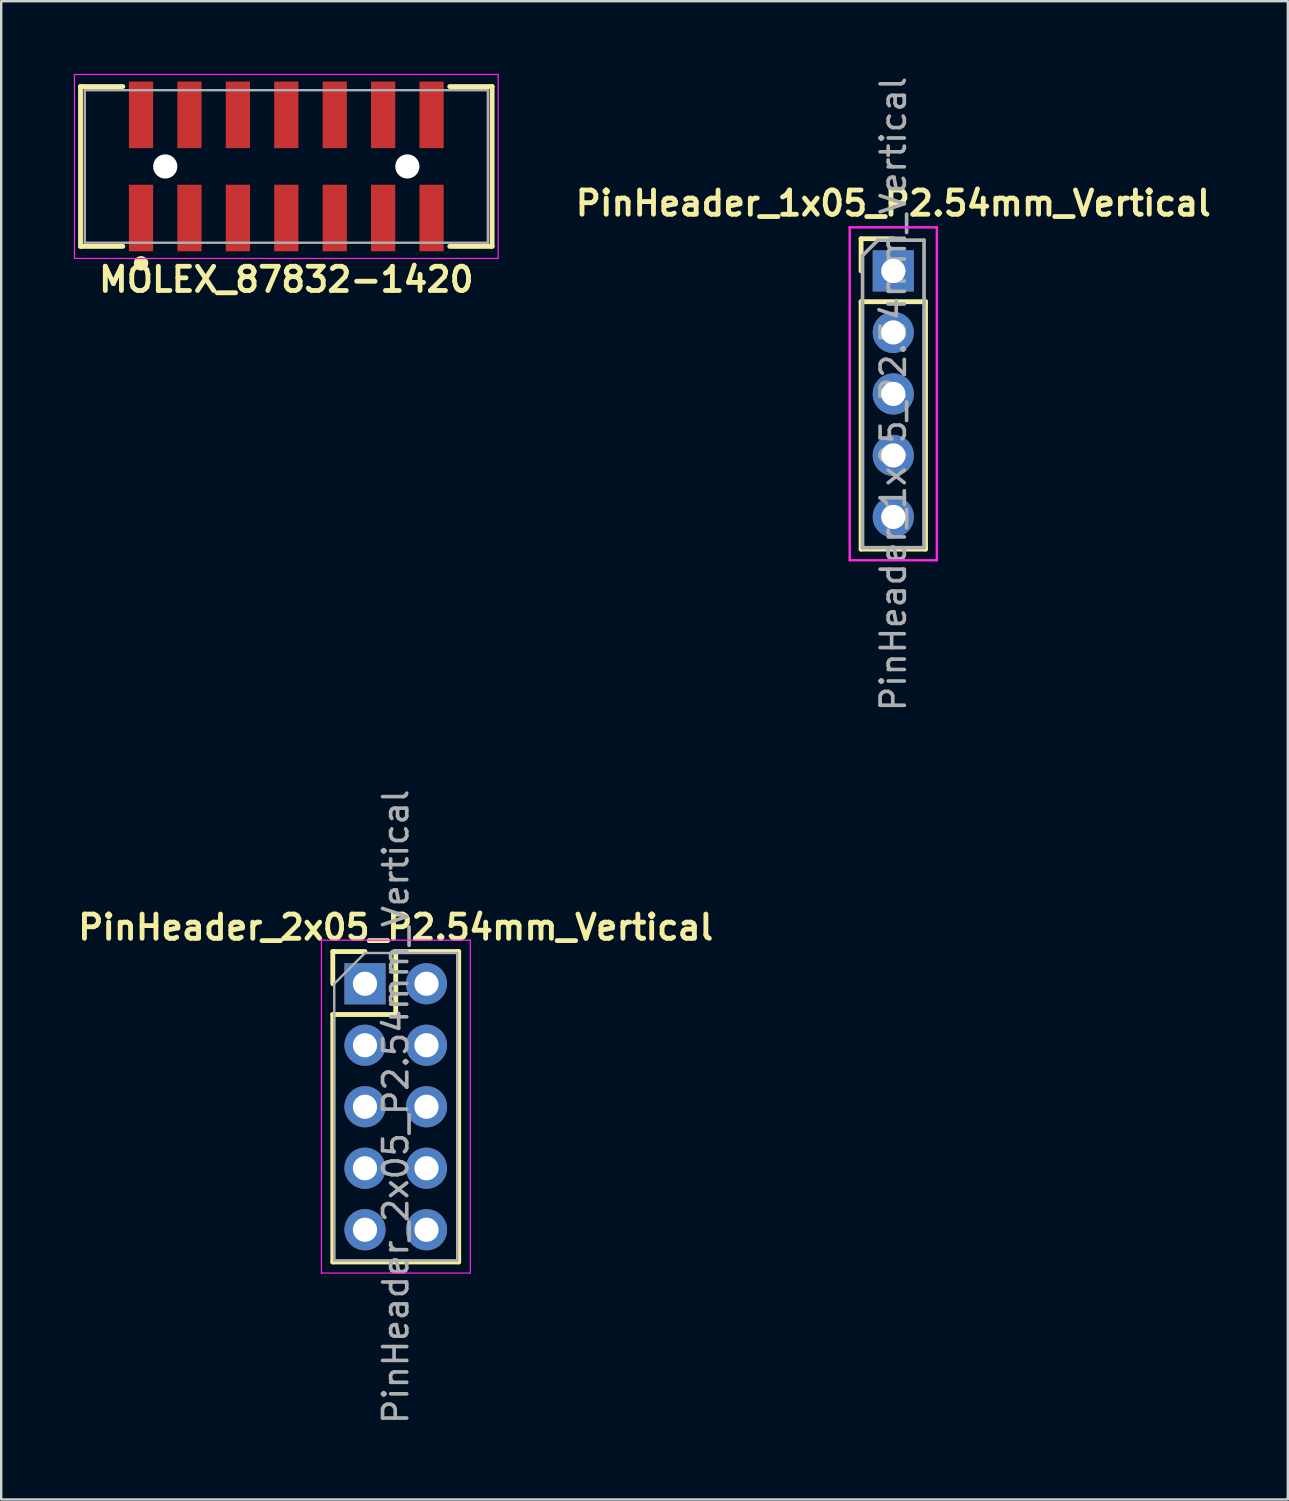
<source format=kicad_pcb>
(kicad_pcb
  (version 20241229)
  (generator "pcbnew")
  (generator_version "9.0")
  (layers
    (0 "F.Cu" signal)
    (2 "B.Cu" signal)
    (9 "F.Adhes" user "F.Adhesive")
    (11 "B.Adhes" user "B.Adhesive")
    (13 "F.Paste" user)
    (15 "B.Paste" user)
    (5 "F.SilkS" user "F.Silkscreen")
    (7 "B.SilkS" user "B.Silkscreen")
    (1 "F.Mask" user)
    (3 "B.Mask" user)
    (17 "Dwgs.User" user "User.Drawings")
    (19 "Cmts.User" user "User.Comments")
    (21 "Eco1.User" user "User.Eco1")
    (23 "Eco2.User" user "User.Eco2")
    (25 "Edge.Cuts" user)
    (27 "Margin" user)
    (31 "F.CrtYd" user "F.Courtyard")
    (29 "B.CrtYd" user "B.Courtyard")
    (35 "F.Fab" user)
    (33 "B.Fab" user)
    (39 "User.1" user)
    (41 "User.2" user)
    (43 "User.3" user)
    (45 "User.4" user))
  (footprint "MOLEX_87832-1420"
    (layer "F.Cu")
    (at 2.775 5.955)
    (property "Reference" "MOLEX_87832-1420" (at 6 2.54 0) (layer "F.SilkS") (effects (font (size 1 1) (thickness 0.2))))
    (attr through_hole)
    (fp_line (start -2.5 -5.43) (end -2.5 1.17) (stroke (width 0.2) (type solid)) (layer "F.SilkS"))
    (fp_line (start -2.5 1.17) (end -0.75 1.17) (stroke (width 0.2) (type solid)) (layer "F.SilkS"))
    (fp_line (start -0.75 -5.43) (end -2.5 -5.43) (stroke (width 0.2) (type solid)) (layer "F.SilkS"))
    (fp_line (start 12.75 -5.43) (end 14.5 -5.43) (stroke (width 0.2) (type solid)) (layer "F.SilkS"))
    (fp_line (start 14.5 -5.43) (end 14.5 1.17) (stroke (width 0.2) (type solid)) (layer "F.SilkS"))
    (fp_line (start 14.5 1.17) (end 12.75 1.17) (stroke (width 0.2) (type solid)) (layer "F.SilkS"))
    (fp_circle (center 0 1.87) (end 0.15 1.87) (stroke (width 0.3) (type solid)) (fill no) (layer "F.SilkS"))
    (fp_line (start -2.75 -5.93) (end 14.75 -5.93) (stroke (width 0.05) (type solid)) (layer "F.CrtYd"))
    (fp_line (start -2.75 1.67) (end -2.75 -5.93) (stroke (width 0.05) (type solid)) (layer "F.CrtYd"))
    (fp_line (start 14.75 -5.93) (end 14.75 1.67) (stroke (width 0.05) (type solid)) (layer "F.CrtYd"))
    (fp_line (start 14.75 1.67) (end -2.75 1.67) (stroke (width 0.05) (type solid)) (layer "F.CrtYd"))
    (fp_line (start -2.325 -5.28) (end 14.325 -5.28) (stroke (width 0.1) (type solid)) (layer "F.Fab"))
    (fp_line (start -2.325 1.02) (end -2.325 -5.28) (stroke (width 0.1) (type solid)) (layer "F.Fab"))
    (fp_line (start 14.325 -5.28) (end 14.325 1.02) (stroke (width 0.1) (type solid)) (layer "F.Fab"))
    (fp_line (start 14.325 1.02) (end -2.325 1.02) (stroke (width 0.1) (type solid)) (layer "F.Fab"))
    (pad "" np_thru_hole circle (at 1 -2.13) (size 1 1) (drill 1) (layers "*.Cu" "*.Mask"))
    (pad "" np_thru_hole circle (at 11 -2.13) (size 1 1) (drill 1) (layers "*.Cu" "*.Mask"))
    (pad "1" smd rect (at 0 0) (size 1 2.75) (layers "F.Cu" "F.Mask" "F.Paste"))
    (pad "2" smd rect (at 0 -4.26) (size 1 2.75) (layers "F.Cu" "F.Mask" "F.Paste"))
    (pad "3" smd rect (at 2 0) (size 1 2.75) (layers "F.Cu" "F.Mask" "F.Paste"))
    (pad "4" smd rect (at 2 -4.26) (size 1 2.75) (layers "F.Cu" "F.Mask" "F.Paste"))
    (pad "5" smd rect (at 4 0) (size 1 2.75) (layers "F.Cu" "F.Mask" "F.Paste"))
    (pad "6" smd rect (at 4 -4.26) (size 1 2.75) (layers "F.Cu" "F.Mask" "F.Paste"))
    (pad "7" smd rect (at 6 0) (size 1 2.75) (layers "F.Cu" "F.Mask" "F.Paste"))
    (pad "8" smd rect (at 6 -4.26) (size 1 2.75) (layers "F.Cu" "F.Mask" "F.Paste"))
    (pad "9" smd rect (at 8 0) (size 1 2.75) (layers "F.Cu" "F.Mask" "F.Paste"))
    (pad "10" smd rect (at 8 -4.26) (size 1 2.75) (layers "F.Cu" "F.Mask" "F.Paste"))
    (pad "11" smd rect (at 10 0) (size 1 2.75) (layers "F.Cu" "F.Mask" "F.Paste"))
    (pad "12" smd rect (at 10 -4.26) (size 1 2.75) (layers "F.Cu" "F.Mask" "F.Paste"))
    (pad "13" smd rect (at 12 0) (size 1 2.75) (layers "F.Cu" "F.Mask" "F.Paste"))
    (pad "14" smd rect (at 12 -4.26) (size 1 2.75) (layers "F.Cu" "F.Mask" "F.Paste")))
  (footprint "PinHeader_2x05_P2.54mm_Vertical"
    (layer "F.Cu")
    (at 12.025 37.581)
    (property "Reference" "PinHeader_2x05_P2.54mm_Vertical" (at 1.27 -2.33 0) (layer "F.SilkS") (effects (font (size 1 1) (thickness 0.2))))
    (attr through_hole)
    (fp_line (start -1.33 -1.33) (end 0 -1.33) (stroke (width 0.2) (type solid)) (layer "F.SilkS"))
    (fp_line (start -1.33 0) (end -1.33 -1.33) (stroke (width 0.2) (type solid)) (layer "F.SilkS"))
    (fp_line (start -1.33 1.27) (end -1.33 11.49) (stroke (width 0.2) (type solid)) (layer "F.SilkS"))
    (fp_line (start -1.33 1.27) (end 1.27 1.27) (stroke (width 0.2) (type solid)) (layer "F.SilkS"))
    (fp_line (start -1.33 11.49) (end 3.87 11.49) (stroke (width 0.2) (type solid)) (layer "F.SilkS"))
    (fp_line (start 1.27 -1.33) (end 3.87 -1.33) (stroke (width 0.2) (type solid)) (layer "F.SilkS"))
    (fp_line (start 1.27 1.27) (end 1.27 -1.33) (stroke (width 0.2) (type solid)) (layer "F.SilkS"))
    (fp_line (start 3.87 -1.33) (end 3.87 11.49) (stroke (width 0.2) (type solid)) (layer "F.SilkS"))
    (fp_line (start -1.8 -1.8) (end -1.8 11.95) (stroke (width 0.05) (type solid)) (layer "F.CrtYd"))
    (fp_line (start -1.8 11.95) (end 4.35 11.95) (stroke (width 0.05) (type solid)) (layer "F.CrtYd"))
    (fp_line (start 4.35 -1.8) (end -1.8 -1.8) (stroke (width 0.05) (type solid)) (layer "F.CrtYd"))
    (fp_line (start 4.35 11.95) (end 4.35 -1.8) (stroke (width 0.05) (type solid)) (layer "F.CrtYd"))
    (fp_line (start -1.27 0) (end 0 -1.27) (stroke (width 0.1) (type solid)) (layer "F.Fab"))
    (fp_line (start -1.27 11.43) (end -1.27 0) (stroke (width 0.1) (type solid)) (layer "F.Fab"))
    (fp_line (start 0 -1.27) (end 3.81 -1.27) (stroke (width 0.1) (type solid)) (layer "F.Fab"))
    (fp_line (start 3.81 -1.27) (end 3.81 11.43) (stroke (width 0.1) (type solid)) (layer "F.Fab"))
    (fp_line (start 3.81 11.43) (end -1.27 11.43) (stroke (width 0.1) (type solid)) (layer "F.Fab"))
    (fp_text user "${REFERENCE}" (at 1.27 5.08 90) (layer "F.Fab") (effects (font (size 1 1) (thickness 0.15))))
    (pad "1" thru_hole rect (at 0 0) (size 1.7 1.7) (drill 1) (layers "*.Cu" "*.Mask"))
    (pad "2" thru_hole oval (at 2.54 0) (size 1.7 1.7) (drill 1) (layers "*.Cu" "*.Mask"))
    (pad "3" thru_hole oval (at 0 2.54) (size 1.7 1.7) (drill 1) (layers "*.Cu" "*.Mask"))
    (pad "4" thru_hole oval (at 2.54 2.54) (size 1.7 1.7) (drill 1) (layers "*.Cu" "*.Mask"))
    (pad "5" thru_hole oval (at 0 5.08) (size 1.7 1.7) (drill 1) (layers "*.Cu" "*.Mask"))
    (pad "6" thru_hole oval (at 2.54 5.08) (size 1.7 1.7) (drill 1) (layers "*.Cu" "*.Mask"))
    (pad "7" thru_hole oval (at 0 7.62) (size 1.7 1.7) (drill 1) (layers "*.Cu" "*.Mask"))
    (pad "8" thru_hole oval (at 2.54 7.62) (size 1.7 1.7) (drill 1) (layers "*.Cu" "*.Mask"))
    (pad "9" thru_hole oval (at 0 10.16) (size 1.7 1.7) (drill 1) (layers "*.Cu" "*.Mask"))
    (pad "10" thru_hole oval (at 2.54 10.16) (size 1.7 1.7) (drill 1) (layers "*.Cu" "*.Mask")))
  (footprint "PinHeader_1x05_P2.54mm_Vertical"
    (layer "F.Cu")
    (at 33.845 8.14)
    (property "Reference" "PinHeader_1x05_P2.54mm_Vertical" (at 0 -2.794 0) (layer "F.SilkS") (effects (font (size 1 1) (thickness 0.2))))
    (attr through_hole)
    (fp_line (start -1.33 -1.33) (end 0 -1.33) (stroke (width 0.2) (type solid)) (layer "F.SilkS"))
    (fp_line (start -1.33 0) (end -1.33 -1.33) (stroke (width 0.2) (type solid)) (layer "F.SilkS"))
    (fp_line (start -1.33 1.27) (end -1.33 11.49) (stroke (width 0.2) (type solid)) (layer "F.SilkS"))
    (fp_line (start -1.33 1.27) (end 1.33 1.27) (stroke (width 0.2) (type solid)) (layer "F.SilkS"))
    (fp_line (start -1.33 11.49) (end 1.33 11.49) (stroke (width 0.2) (type solid)) (layer "F.SilkS"))
    (fp_line (start 1.33 1.27) (end 1.33 11.49) (stroke (width 0.2) (type solid)) (layer "F.SilkS"))
    (fp_line (start -1.8 -1.8) (end -1.8 11.95) (stroke (width 0.1) (type solid)) (layer "F.CrtYd"))
    (fp_line (start -1.8 11.95) (end 1.8 11.95) (stroke (width 0.1) (type solid)) (layer "F.CrtYd"))
    (fp_line (start 1.8 -1.8) (end -1.8 -1.8) (stroke (width 0.1) (type solid)) (layer "F.CrtYd"))
    (fp_line (start 1.8 11.95) (end 1.8 -1.8) (stroke (width 0.1) (type solid)) (layer "F.CrtYd"))
    (fp_line (start -1.27 -0.635) (end -0.635 -1.27) (stroke (width 0.15) (type solid)) (layer "F.Fab"))
    (fp_line (start -1.27 11.43) (end -1.27 -0.635) (stroke (width 0.15) (type solid)) (layer "F.Fab"))
    (fp_line (start -0.635 -1.27) (end 1.27 -1.27) (stroke (width 0.15) (type solid)) (layer "F.Fab"))
    (fp_line (start 1.27 -1.27) (end 1.27 11.43) (stroke (width 0.15) (type solid)) (layer "F.Fab"))
    (fp_line (start 1.27 11.43) (end -1.27 11.43) (stroke (width 0.15) (type solid)) (layer "F.Fab"))
    (fp_text user "${REFERENCE}" (at 0 5.08 90) (layer "F.Fab") (effects (font (size 1 1) (thickness 0.15))))
    (pad "1" thru_hole rect (at 0 0) (size 1.7 1.7) (drill 1) (layers "*.Cu" "*.Mask"))
    (pad "2" thru_hole oval (at 0 2.54) (size 1.7 1.7) (drill 1) (layers "*.Cu" "*.Mask"))
    (pad "3" thru_hole oval (at 0 5.08) (size 1.7 1.7) (drill 1) (layers "*.Cu" "*.Mask"))
    (pad "4" thru_hole oval (at 0 7.62) (size 1.7 1.7) (drill 1) (layers "*.Cu" "*.Mask"))
    (pad "5" thru_hole oval (at 0 10.16) (size 1.7 1.7) (drill 1) (layers "*.Cu" "*.Mask")))
  (gr_rect
    (start -3 -3)
    (end 50.14 58.881)
    (stroke (width 0.1) (type default))
    (fill no)
    (layer "Edge.Cuts")))
</source>
